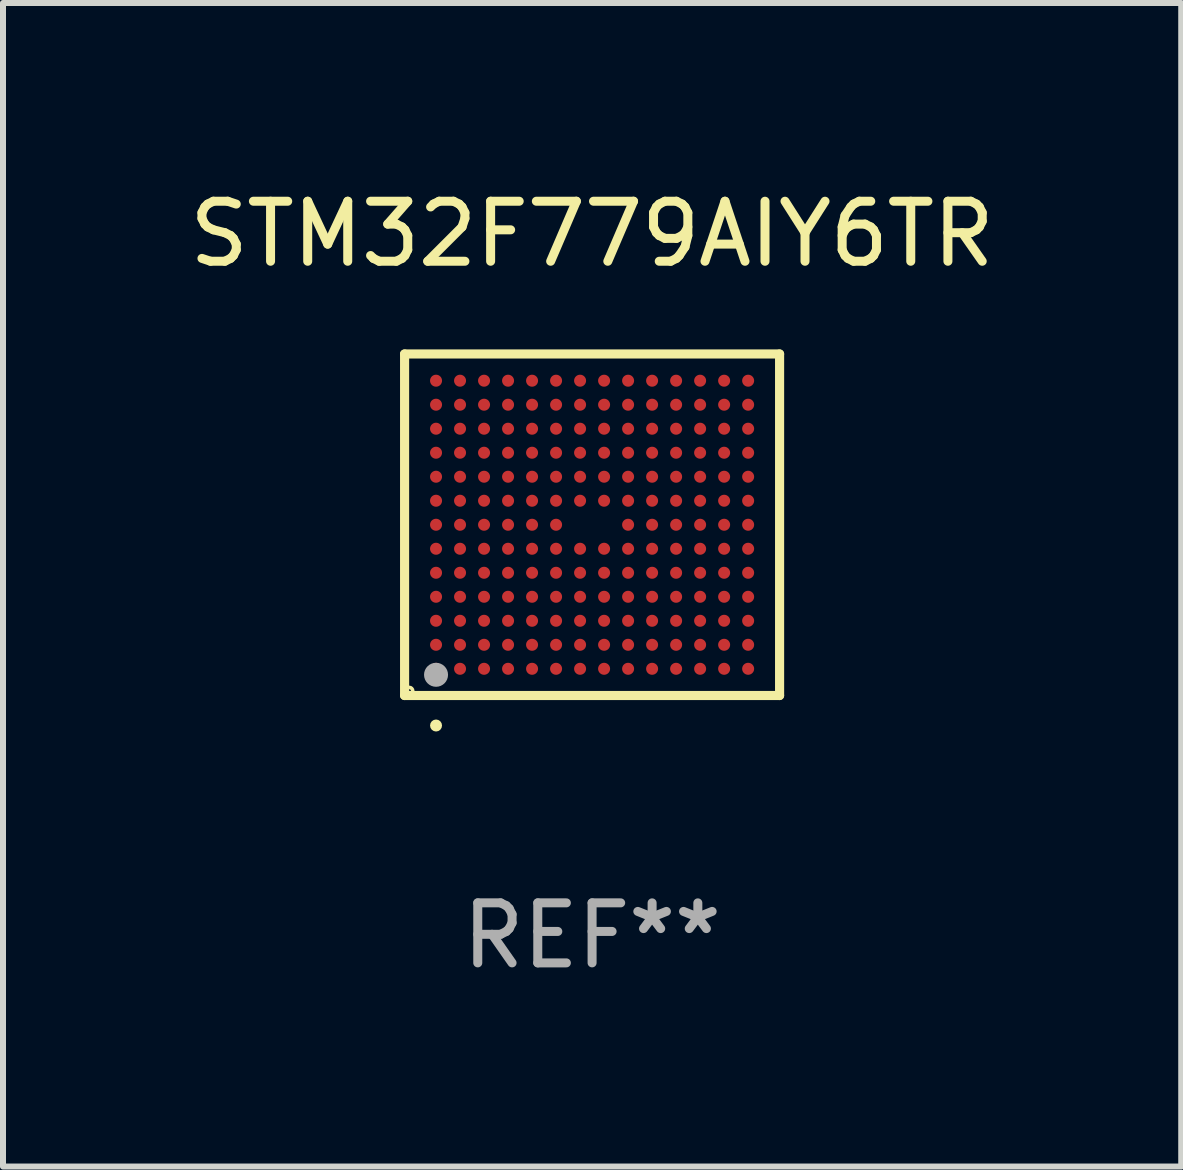
<source format=kicad_pcb>
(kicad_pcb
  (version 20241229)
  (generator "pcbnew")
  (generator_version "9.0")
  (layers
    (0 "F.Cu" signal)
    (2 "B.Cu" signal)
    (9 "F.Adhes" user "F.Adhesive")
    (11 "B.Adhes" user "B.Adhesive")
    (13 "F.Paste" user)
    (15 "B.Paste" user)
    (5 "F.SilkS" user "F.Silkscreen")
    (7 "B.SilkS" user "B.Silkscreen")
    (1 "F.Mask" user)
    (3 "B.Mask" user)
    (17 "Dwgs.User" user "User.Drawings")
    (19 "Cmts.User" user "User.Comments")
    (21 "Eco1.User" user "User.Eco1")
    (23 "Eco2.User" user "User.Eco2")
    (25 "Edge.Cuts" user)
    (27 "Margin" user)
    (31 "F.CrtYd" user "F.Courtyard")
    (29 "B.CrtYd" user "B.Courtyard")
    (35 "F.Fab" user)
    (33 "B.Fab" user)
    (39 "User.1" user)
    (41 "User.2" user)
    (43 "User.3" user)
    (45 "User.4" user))
  (footprint "STM32F779AIY6TR"
    (layer "F.Cu")
    (at 6.815 5.693)
    (property "Reference" "STM32F779AIY6TR" (at 0 -4.845 0) (layer "F.SilkS") (effects (font (size 1 1) (thickness 0.15))))
    (attr through_hole)
    (fp_line (start -3.124 -2.845) (end 3.124 -2.845) (stroke (width 0.152) (type solid)) (layer "F.SilkS"))
    (fp_line (start -3.124 2.845) (end -3.124 -2.845) (stroke (width 0.152) (type solid)) (layer "F.SilkS"))
    (fp_line (start 3.124 -2.845) (end 3.124 2.845) (stroke (width 0.152) (type solid)) (layer "F.SilkS"))
    (fp_line (start 3.124 2.845) (end -3.124 2.845) (stroke (width 0.152) (type solid)) (layer "F.SilkS"))
    (fp_circle (center -3.047 2.769) (end -3.018 2.769) (stroke (width 0.06) (type solid)) (fill no) (layer "F.SilkS"))
    (fp_circle (center -2.6 3.345) (end -2.55 3.345) (stroke (width 0.1) (type solid)) (fill no) (layer "F.SilkS"))
    (fp_circle (center -2.6 2.5) (end -2.5 2.5) (stroke (width 0.2) (type solid)) (fill no) (layer "F.Fab"))
    (fp_text user "REF**" (at 0 6.845 0) (layer "F.Fab") (effects (font (size 1 1) (thickness 0.15))))
    (pad "A1" smd circle (at -2.6 2.4) (size 0.2 0.2) (layers "F.Cu" "F.Mask" "F.Paste"))
    (pad "A2" smd circle (at -2.6 2) (size 0.2 0.2) (layers "F.Cu" "F.Mask" "F.Paste"))
    (pad "A3" smd circle (at -2.6 1.6) (size 0.2 0.2) (layers "F.Cu" "F.Mask" "F.Paste"))
    (pad "A4" smd circle (at -2.6 1.2) (size 0.2 0.2) (layers "F.Cu" "F.Mask" "F.Paste"))
    (pad "A5" smd circle (at -2.6 0.8) (size 0.2 0.2) (layers "F.Cu" "F.Mask" "F.Paste"))
    (pad "A6" smd circle (at -2.6 0.4) (size 0.2 0.2) (layers "F.Cu" "F.Mask" "F.Paste"))
    (pad "A7" smd circle (at -2.6 0) (size 0.2 0.2) (layers "F.Cu" "F.Mask" "F.Paste"))
    (pad "A8" smd circle (at -2.6 -0.4) (size 0.2 0.2) (layers "F.Cu" "F.Mask" "F.Paste"))
    (pad "A9" smd circle (at -2.6 -0.8) (size 0.2 0.2) (layers "F.Cu" "F.Mask" "F.Paste"))
    (pad "A10" smd circle (at -2.6 -1.2) (size 0.2 0.2) (layers "F.Cu" "F.Mask" "F.Paste"))
    (pad "A11" smd circle (at -2.6 -1.6) (size 0.2 0.2) (layers "F.Cu" "F.Mask" "F.Paste"))
    (pad "A12" smd circle (at -2.6 -2) (size 0.2 0.2) (layers "F.Cu" "F.Mask" "F.Paste"))
    (pad "A13" smd circle (at -2.6 -2.4) (size 0.2 0.2) (layers "F.Cu" "F.Mask" "F.Paste"))
    (pad "B1" smd circle (at -2.2 2.4) (size 0.2 0.2) (layers "F.Cu" "F.Mask" "F.Paste"))
    (pad "B2" smd circle (at -2.2 2) (size 0.2 0.2) (layers "F.Cu" "F.Mask" "F.Paste"))
    (pad "B3" smd circle (at -2.2 1.6) (size 0.2 0.2) (layers "F.Cu" "F.Mask" "F.Paste"))
    (pad "B4" smd circle (at -2.2 1.2) (size 0.2 0.2) (layers "F.Cu" "F.Mask" "F.Paste"))
    (pad "B5" smd circle (at -2.2 0.8) (size 0.2 0.2) (layers "F.Cu" "F.Mask" "F.Paste"))
    (pad "B6" smd circle (at -2.2 0.4) (size 0.2 0.2) (layers "F.Cu" "F.Mask" "F.Paste"))
    (pad "B7" smd circle (at -2.2 0) (size 0.2 0.2) (layers "F.Cu" "F.Mask" "F.Paste"))
    (pad "B8" smd circle (at -2.2 -0.4) (size 0.2 0.2) (layers "F.Cu" "F.Mask" "F.Paste"))
    (pad "B9" smd circle (at -2.2 -0.8) (size 0.2 0.2) (layers "F.Cu" "F.Mask" "F.Paste"))
    (pad "B10" smd circle (at -2.2 -1.2) (size 0.2 0.2) (layers "F.Cu" "F.Mask" "F.Paste"))
    (pad "B11" smd circle (at -2.2 -1.6) (size 0.2 0.2) (layers "F.Cu" "F.Mask" "F.Paste"))
    (pad "B12" smd circle (at -2.2 -2) (size 0.2 0.2) (layers "F.Cu" "F.Mask" "F.Paste"))
    (pad "B13" smd circle (at -2.2 -2.4) (size 0.2 0.2) (layers "F.Cu" "F.Mask" "F.Paste"))
    (pad "C1" smd circle (at -1.8 2.4) (size 0.2 0.2) (layers "F.Cu" "F.Mask" "F.Paste"))
    (pad "C2" smd circle (at -1.8 2) (size 0.2 0.2) (layers "F.Cu" "F.Mask" "F.Paste"))
    (pad "C3" smd circle (at -1.8 1.6) (size 0.2 0.2) (layers "F.Cu" "F.Mask" "F.Paste"))
    (pad "C4" smd circle (at -1.8 1.2) (size 0.2 0.2) (layers "F.Cu" "F.Mask" "F.Paste"))
    (pad "C5" smd circle (at -1.8 0.8) (size 0.2 0.2) (layers "F.Cu" "F.Mask" "F.Paste"))
    (pad "C6" smd circle (at -1.8 0.4) (size 0.2 0.2) (layers "F.Cu" "F.Mask" "F.Paste"))
    (pad "C7" smd circle (at -1.8 0) (size 0.2 0.2) (layers "F.Cu" "F.Mask" "F.Paste"))
    (pad "C8" smd circle (at -1.8 -0.4) (size 0.2 0.2) (layers "F.Cu" "F.Mask" "F.Paste"))
    (pad "C9" smd circle (at -1.8 -0.8) (size 0.2 0.2) (layers "F.Cu" "F.Mask" "F.Paste"))
    (pad "C10" smd circle (at -1.8 -1.2) (size 0.2 0.2) (layers "F.Cu" "F.Mask" "F.Paste"))
    (pad "C11" smd circle (at -1.8 -1.6) (size 0.2 0.2) (layers "F.Cu" "F.Mask" "F.Paste"))
    (pad "C12" smd circle (at -1.8 -2) (size 0.2 0.2) (layers "F.Cu" "F.Mask" "F.Paste"))
    (pad "C13" smd circle (at -1.8 -2.4) (size 0.2 0.2) (layers "F.Cu" "F.Mask" "F.Paste"))
    (pad "D1" smd circle (at -1.4 2.4) (size 0.2 0.2) (layers "F.Cu" "F.Mask" "F.Paste"))
    (pad "D2" smd circle (at -1.4 2) (size 0.2 0.2) (layers "F.Cu" "F.Mask" "F.Paste"))
    (pad "D3" smd circle (at -1.4 1.6) (size 0.2 0.2) (layers "F.Cu" "F.Mask" "F.Paste"))
    (pad "D4" smd circle (at -1.4 1.2) (size 0.2 0.2) (layers "F.Cu" "F.Mask" "F.Paste"))
    (pad "D5" smd circle (at -1.4 0.8) (size 0.2 0.2) (layers "F.Cu" "F.Mask" "F.Paste"))
    (pad "D6" smd circle (at -1.4 0.4) (size 0.2 0.2) (layers "F.Cu" "F.Mask" "F.Paste"))
    (pad "D7" smd circle (at -1.4 0) (size 0.2 0.2) (layers "F.Cu" "F.Mask" "F.Paste"))
    (pad "D8" smd circle (at -1.4 -0.4) (size 0.2 0.2) (layers "F.Cu" "F.Mask" "F.Paste"))
    (pad "D9" smd circle (at -1.4 -0.8) (size 0.2 0.2) (layers "F.Cu" "F.Mask" "F.Paste"))
    (pad "D10" smd circle (at -1.4 -1.2) (size 0.2 0.2) (layers "F.Cu" "F.Mask" "F.Paste"))
    (pad "D11" smd circle (at -1.4 -1.6) (size 0.2 0.2) (layers "F.Cu" "F.Mask" "F.Paste"))
    (pad "D12" smd circle (at -1.4 -2) (size 0.2 0.2) (layers "F.Cu" "F.Mask" "F.Paste"))
    (pad "D13" smd circle (at -1.4 -2.4) (size 0.2 0.2) (layers "F.Cu" "F.Mask" "F.Paste"))
    (pad "E1" smd circle (at -1 2.4) (size 0.2 0.2) (layers "F.Cu" "F.Mask" "F.Paste"))
    (pad "E2" smd circle (at -1 2) (size 0.2 0.2) (layers "F.Cu" "F.Mask" "F.Paste"))
    (pad "E3" smd circle (at -1 1.6) (size 0.2 0.2) (layers "F.Cu" "F.Mask" "F.Paste"))
    (pad "E4" smd circle (at -1 1.2) (size 0.2 0.2) (layers "F.Cu" "F.Mask" "F.Paste"))
    (pad "E5" smd circle (at -1 0.8) (size 0.2 0.2) (layers "F.Cu" "F.Mask" "F.Paste"))
    (pad "E6" smd circle (at -1 0.4) (size 0.2 0.2) (layers "F.Cu" "F.Mask" "F.Paste"))
    (pad "E7" smd circle (at -1 0) (size 0.2 0.2) (layers "F.Cu" "F.Mask" "F.Paste"))
    (pad "E8" smd circle (at -1 -0.4) (size 0.2 0.2) (layers "F.Cu" "F.Mask" "F.Paste"))
    (pad "E9" smd circle (at -1 -0.8) (size 0.2 0.2) (layers "F.Cu" "F.Mask" "F.Paste"))
    (pad "E10" smd circle (at -1 -1.2) (size 0.2 0.2) (layers "F.Cu" "F.Mask" "F.Paste"))
    (pad "E11" smd circle (at -1 -1.6) (size 0.2 0.2) (layers "F.Cu" "F.Mask" "F.Paste"))
    (pad "E12" smd circle (at -1 -2) (size 0.2 0.2) (layers "F.Cu" "F.Mask" "F.Paste"))
    (pad "E13" smd circle (at -1 -2.4) (size 0.2 0.2) (layers "F.Cu" "F.Mask" "F.Paste"))
    (pad "F1" smd circle (at -0.6 2.4) (size 0.2 0.2) (layers "F.Cu" "F.Mask" "F.Paste"))
    (pad "F2" smd circle (at -0.6 2) (size 0.2 0.2) (layers "F.Cu" "F.Mask" "F.Paste"))
    (pad "F3" smd circle (at -0.6 1.6) (size 0.2 0.2) (layers "F.Cu" "F.Mask" "F.Paste"))
    (pad "F4" smd circle (at -0.6 1.2) (size 0.2 0.2) (layers "F.Cu" "F.Mask" "F.Paste"))
    (pad "F5" smd circle (at -0.6 0.8) (size 0.2 0.2) (layers "F.Cu" "F.Mask" "F.Paste"))
    (pad "F6" smd circle (at -0.6 0.4) (size 0.2 0.2) (layers "F.Cu" "F.Mask" "F.Paste"))
    (pad "F7" smd circle (at -0.6 0) (size 0.2 0.2) (layers "F.Cu" "F.Mask" "F.Paste"))
    (pad "F8" smd circle (at -0.6 -0.4) (size 0.2 0.2) (layers "F.Cu" "F.Mask" "F.Paste"))
    (pad "F9" smd circle (at -0.6 -0.8) (size 0.2 0.2) (layers "F.Cu" "F.Mask" "F.Paste"))
    (pad "F10" smd circle (at -0.6 -1.2) (size 0.2 0.2) (layers "F.Cu" "F.Mask" "F.Paste"))
    (pad "F11" smd circle (at -0.6 -1.6) (size 0.2 0.2) (layers "F.Cu" "F.Mask" "F.Paste"))
    (pad "F12" smd circle (at -0.6 -2) (size 0.2 0.2) (layers "F.Cu" "F.Mask" "F.Paste"))
    (pad "F13" smd circle (at -0.6 -2.4) (size 0.2 0.2) (layers "F.Cu" "F.Mask" "F.Paste"))
    (pad "G1" smd circle (at -0.2 2.4) (size 0.2 0.2) (layers "F.Cu" "F.Mask" "F.Paste"))
    (pad "G2" smd circle (at -0.2 2) (size 0.2 0.2) (layers "F.Cu" "F.Mask" "F.Paste"))
    (pad "G3" smd circle (at -0.2 1.6) (size 0.2 0.2) (layers "F.Cu" "F.Mask" "F.Paste"))
    (pad "G4" smd circle (at -0.2 1.2) (size 0.2 0.2) (layers "F.Cu" "F.Mask" "F.Paste"))
    (pad "G5" smd circle (at -0.2 0.8) (size 0.2 0.2) (layers "F.Cu" "F.Mask" "F.Paste"))
    (pad "G6" smd circle (at -0.2 0.4) (size 0.2 0.2) (layers "F.Cu" "F.Mask" "F.Paste"))
    (pad "G8" smd circle (at -0.2 -0.4) (size 0.2 0.2) (layers "F.Cu" "F.Mask" "F.Paste"))
    (pad "G9" smd circle (at -0.2 -0.8) (size 0.2 0.2) (layers "F.Cu" "F.Mask" "F.Paste"))
    (pad "G10" smd circle (at -0.2 -1.2) (size 0.2 0.2) (layers "F.Cu" "F.Mask" "F.Paste"))
    (pad "G11" smd circle (at -0.2 -1.6) (size 0.2 0.2) (layers "F.Cu" "F.Mask" "F.Paste"))
    (pad "G12" smd circle (at -0.2 -2) (size 0.2 0.2) (layers "F.Cu" "F.Mask" "F.Paste"))
    (pad "G13" smd circle (at -0.2 -2.4) (size 0.2 0.2) (layers "F.Cu" "F.Mask" "F.Paste"))
    (pad "H1" smd circle (at 0.2 2.4) (size 0.2 0.2) (layers "F.Cu" "F.Mask" "F.Paste"))
    (pad "H2" smd circle (at 0.2 2) (size 0.2 0.2) (layers "F.Cu" "F.Mask" "F.Paste"))
    (pad "H3" smd circle (at 0.2 1.6) (size 0.2 0.2) (layers "F.Cu" "F.Mask" "F.Paste"))
    (pad "H4" smd circle (at 0.2 1.2) (size 0.2 0.2) (layers "F.Cu" "F.Mask" "F.Paste"))
    (pad "H5" smd circle (at 0.2 0.8) (size 0.2 0.2) (layers "F.Cu" "F.Mask" "F.Paste"))
    (pad "H6" smd circle (at 0.2 0.4) (size 0.2 0.2) (layers "F.Cu" "F.Mask" "F.Paste"))
    (pad "H8" smd circle (at 0.2 -0.4) (size 0.2 0.2) (layers "F.Cu" "F.Mask" "F.Paste"))
    (pad "H9" smd circle (at 0.2 -0.8) (size 0.2 0.2) (layers "F.Cu" "F.Mask" "F.Paste"))
    (pad "H10" smd circle (at 0.2 -1.2) (size 0.2 0.2) (layers "F.Cu" "F.Mask" "F.Paste"))
    (pad "H11" smd circle (at 0.2 -1.6) (size 0.2 0.2) (layers "F.Cu" "F.Mask" "F.Paste"))
    (pad "H12" smd circle (at 0.2 -2) (size 0.2 0.2) (layers "F.Cu" "F.Mask" "F.Paste"))
    (pad "H13" smd circle (at 0.2 -2.4) (size 0.2 0.2) (layers "F.Cu" "F.Mask" "F.Paste"))
    (pad "J1" smd circle (at 0.6 2.4) (size 0.2 0.2) (layers "F.Cu" "F.Mask" "F.Paste"))
    (pad "J2" smd circle (at 0.6 2) (size 0.2 0.2) (layers "F.Cu" "F.Mask" "F.Paste"))
    (pad "J3" smd circle (at 0.6 1.6) (size 0.2 0.2) (layers "F.Cu" "F.Mask" "F.Paste"))
    (pad "J4" smd circle (at 0.6 1.2) (size 0.2 0.2) (layers "F.Cu" "F.Mask" "F.Paste"))
    (pad "J5" smd circle (at 0.6 0.8) (size 0.2 0.2) (layers "F.Cu" "F.Mask" "F.Paste"))
    (pad "J6" smd circle (at 0.6 0.4) (size 0.2 0.2) (layers "F.Cu" "F.Mask" "F.Paste"))
    (pad "J7" smd circle (at 0.6 0) (size 0.2 0.2) (layers "F.Cu" "F.Mask" "F.Paste"))
    (pad "J8" smd circle (at 0.6 -0.4) (size 0.2 0.2) (layers "F.Cu" "F.Mask" "F.Paste"))
    (pad "J9" smd circle (at 0.6 -0.8) (size 0.2 0.2) (layers "F.Cu" "F.Mask" "F.Paste"))
    (pad "J10" smd circle (at 0.6 -1.2) (size 0.2 0.2) (layers "F.Cu" "F.Mask" "F.Paste"))
    (pad "J11" smd circle (at 0.6 -1.6) (size 0.2 0.2) (layers "F.Cu" "F.Mask" "F.Paste"))
    (pad "J12" smd circle (at 0.6 -2) (size 0.2 0.2) (layers "F.Cu" "F.Mask" "F.Paste"))
    (pad "J13" smd circle (at 0.6 -2.4) (size 0.2 0.2) (layers "F.Cu" "F.Mask" "F.Paste"))
    (pad "K1" smd circle (at 1 2.4) (size 0.2 0.2) (layers "F.Cu" "F.Mask" "F.Paste"))
    (pad "K2" smd circle (at 1 2) (size 0.2 0.2) (layers "F.Cu" "F.Mask" "F.Paste"))
    (pad "K3" smd circle (at 1 1.6) (size 0.2 0.2) (layers "F.Cu" "F.Mask" "F.Paste"))
    (pad "K4" smd circle (at 1 1.2) (size 0.2 0.2) (layers "F.Cu" "F.Mask" "F.Paste"))
    (pad "K5" smd circle (at 1 0.8) (size 0.2 0.2) (layers "F.Cu" "F.Mask" "F.Paste"))
    (pad "K6" smd circle (at 1 0.4) (size 0.2 0.2) (layers "F.Cu" "F.Mask" "F.Paste"))
    (pad "K7" smd circle (at 1 0) (size 0.2 0.2) (layers "F.Cu" "F.Mask" "F.Paste"))
    (pad "K8" smd circle (at 1 -0.4) (size 0.2 0.2) (layers "F.Cu" "F.Mask" "F.Paste"))
    (pad "K9" smd circle (at 1 -0.8) (size 0.2 0.2) (layers "F.Cu" "F.Mask" "F.Paste"))
    (pad "K10" smd circle (at 1 -1.2) (size 0.2 0.2) (layers "F.Cu" "F.Mask" "F.Paste"))
    (pad "K11" smd circle (at 1 -1.6) (size 0.2 0.2) (layers "F.Cu" "F.Mask" "F.Paste"))
    (pad "K12" smd circle (at 1 -2) (size 0.2 0.2) (layers "F.Cu" "F.Mask" "F.Paste"))
    (pad "K13" smd circle (at 1 -2.4) (size 0.2 0.2) (layers "F.Cu" "F.Mask" "F.Paste"))
    (pad "L1" smd circle (at 1.4 2.4) (size 0.2 0.2) (layers "F.Cu" "F.Mask" "F.Paste"))
    (pad "L2" smd circle (at 1.4 2) (size 0.2 0.2) (layers "F.Cu" "F.Mask" "F.Paste"))
    (pad "L3" smd circle (at 1.4 1.6) (size 0.2 0.2) (layers "F.Cu" "F.Mask" "F.Paste"))
    (pad "L4" smd circle (at 1.4 1.2) (size 0.2 0.2) (layers "F.Cu" "F.Mask" "F.Paste"))
    (pad "L5" smd circle (at 1.4 0.8) (size 0.2 0.2) (layers "F.Cu" "F.Mask" "F.Paste"))
    (pad "L6" smd circle (at 1.4 0.4) (size 0.2 0.2) (layers "F.Cu" "F.Mask" "F.Paste"))
    (pad "L7" smd circle (at 1.4 0) (size 0.2 0.2) (layers "F.Cu" "F.Mask" "F.Paste"))
    (pad "L8" smd circle (at 1.4 -0.4) (size 0.2 0.2) (layers "F.Cu" "F.Mask" "F.Paste"))
    (pad "L9" smd circle (at 1.4 -0.8) (size 0.2 0.2) (layers "F.Cu" "F.Mask" "F.Paste"))
    (pad "L10" smd circle (at 1.4 -1.2) (size 0.2 0.2) (layers "F.Cu" "F.Mask" "F.Paste"))
    (pad "L11" smd circle (at 1.4 -1.6) (size 0.2 0.2) (layers "F.Cu" "F.Mask" "F.Paste"))
    (pad "L12" smd circle (at 1.4 -2) (size 0.2 0.2) (layers "F.Cu" "F.Mask" "F.Paste"))
    (pad "L13" smd circle (at 1.4 -2.4) (size 0.2 0.2) (layers "F.Cu" "F.Mask" "F.Paste"))
    (pad "M1" smd circle (at 1.8 2.4) (size 0.2 0.2) (layers "F.Cu" "F.Mask" "F.Paste"))
    (pad "M2" smd circle (at 1.8 2) (size 0.2 0.2) (layers "F.Cu" "F.Mask" "F.Paste"))
    (pad "M3" smd circle (at 1.8 1.6) (size 0.2 0.2) (layers "F.Cu" "F.Mask" "F.Paste"))
    (pad "M4" smd circle (at 1.8 1.2) (size 0.2 0.2) (layers "F.Cu" "F.Mask" "F.Paste"))
    (pad "M5" smd circle (at 1.8 0.8) (size 0.2 0.2) (layers "F.Cu" "F.Mask" "F.Paste"))
    (pad "M6" smd circle (at 1.8 0.4) (size 0.2 0.2) (layers "F.Cu" "F.Mask" "F.Paste"))
    (pad "M7" smd circle (at 1.8 0) (size 0.2 0.2) (layers "F.Cu" "F.Mask" "F.Paste"))
    (pad "M8" smd circle (at 1.8 -0.4) (size 0.2 0.2) (layers "F.Cu" "F.Mask" "F.Paste"))
    (pad "M9" smd circle (at 1.8 -0.8) (size 0.2 0.2) (layers "F.Cu" "F.Mask" "F.Paste"))
    (pad "M10" smd circle (at 1.8 -1.2) (size 0.2 0.2) (layers "F.Cu" "F.Mask" "F.Paste"))
    (pad "M11" smd circle (at 1.8 -1.6) (size 0.2 0.2) (layers "F.Cu" "F.Mask" "F.Paste"))
    (pad "M12" smd circle (at 1.8 -2) (size 0.2 0.2) (layers "F.Cu" "F.Mask" "F.Paste"))
    (pad "M13" smd circle (at 1.8 -2.4) (size 0.2 0.2) (layers "F.Cu" "F.Mask" "F.Paste"))
    (pad "N1" smd circle (at 2.2 2.4) (size 0.2 0.2) (layers "F.Cu" "F.Mask" "F.Paste"))
    (pad "N2" smd circle (at 2.2 2) (size 0.2 0.2) (layers "F.Cu" "F.Mask" "F.Paste"))
    (pad "N3" smd circle (at 2.2 1.6) (size 0.2 0.2) (layers "F.Cu" "F.Mask" "F.Paste"))
    (pad "N4" smd circle (at 2.2 1.2) (size 0.2 0.2) (layers "F.Cu" "F.Mask" "F.Paste"))
    (pad "N5" smd circle (at 2.2 0.8) (size 0.2 0.2) (layers "F.Cu" "F.Mask" "F.Paste"))
    (pad "N6" smd circle (at 2.2 0.4) (size 0.2 0.2) (layers "F.Cu" "F.Mask" "F.Paste"))
    (pad "N7" smd circle (at 2.2 0) (size 0.2 0.2) (layers "F.Cu" "F.Mask" "F.Paste"))
    (pad "N8" smd circle (at 2.2 -0.4) (size 0.2 0.2) (layers "F.Cu" "F.Mask" "F.Paste"))
    (pad "N9" smd circle (at 2.2 -0.8) (size 0.2 0.2) (layers "F.Cu" "F.Mask" "F.Paste"))
    (pad "N10" smd circle (at 2.2 -1.2) (size 0.2 0.2) (layers "F.Cu" "F.Mask" "F.Paste"))
    (pad "N11" smd circle (at 2.2 -1.6) (size 0.2 0.2) (layers "F.Cu" "F.Mask" "F.Paste"))
    (pad "N12" smd circle (at 2.2 -2) (size 0.2 0.2) (layers "F.Cu" "F.Mask" "F.Paste"))
    (pad "N13" smd circle (at 2.2 -2.4) (size 0.2 0.2) (layers "F.Cu" "F.Mask" "F.Paste"))
    (pad "P1" smd circle (at 2.6 2.4) (size 0.2 0.2) (layers "F.Cu" "F.Mask" "F.Paste"))
    (pad "P2" smd circle (at 2.6 2) (size 0.2 0.2) (layers "F.Cu" "F.Mask" "F.Paste"))
    (pad "P3" smd circle (at 2.6 1.6) (size 0.2 0.2) (layers "F.Cu" "F.Mask" "F.Paste"))
    (pad "P4" smd circle (at 2.6 1.2) (size 0.2 0.2) (layers "F.Cu" "F.Mask" "F.Paste"))
    (pad "P5" smd circle (at 2.6 0.8) (size 0.2 0.2) (layers "F.Cu" "F.Mask" "F.Paste"))
    (pad "P6" smd circle (at 2.6 0.4) (size 0.2 0.2) (layers "F.Cu" "F.Mask" "F.Paste"))
    (pad "P7" smd circle (at 2.6 0) (size 0.2 0.2) (layers "F.Cu" "F.Mask" "F.Paste"))
    (pad "P8" smd circle (at 2.6 -0.4) (size 0.2 0.2) (layers "F.Cu" "F.Mask" "F.Paste"))
    (pad "P9" smd circle (at 2.6 -0.8) (size 0.2 0.2) (layers "F.Cu" "F.Mask" "F.Paste"))
    (pad "P10" smd circle (at 2.6 -1.2) (size 0.2 0.2) (layers "F.Cu" "F.Mask" "F.Paste"))
    (pad "P11" smd circle (at 2.6 -1.6) (size 0.2 0.2) (layers "F.Cu" "F.Mask" "F.Paste"))
    (pad "P12" smd circle (at 2.6 -2) (size 0.2 0.2) (layers "F.Cu" "F.Mask" "F.Paste"))
    (pad "P13" smd circle (at 2.6 -2.4) (size 0.2 0.2) (layers "F.Cu" "F.Mask" "F.Paste")))
  (gr_rect
    (start -3 -3)
    (end 16.631 16.386)
    (stroke (width 0.1) (type default))
    (fill no)
    (layer "Edge.Cuts")))
</source>
